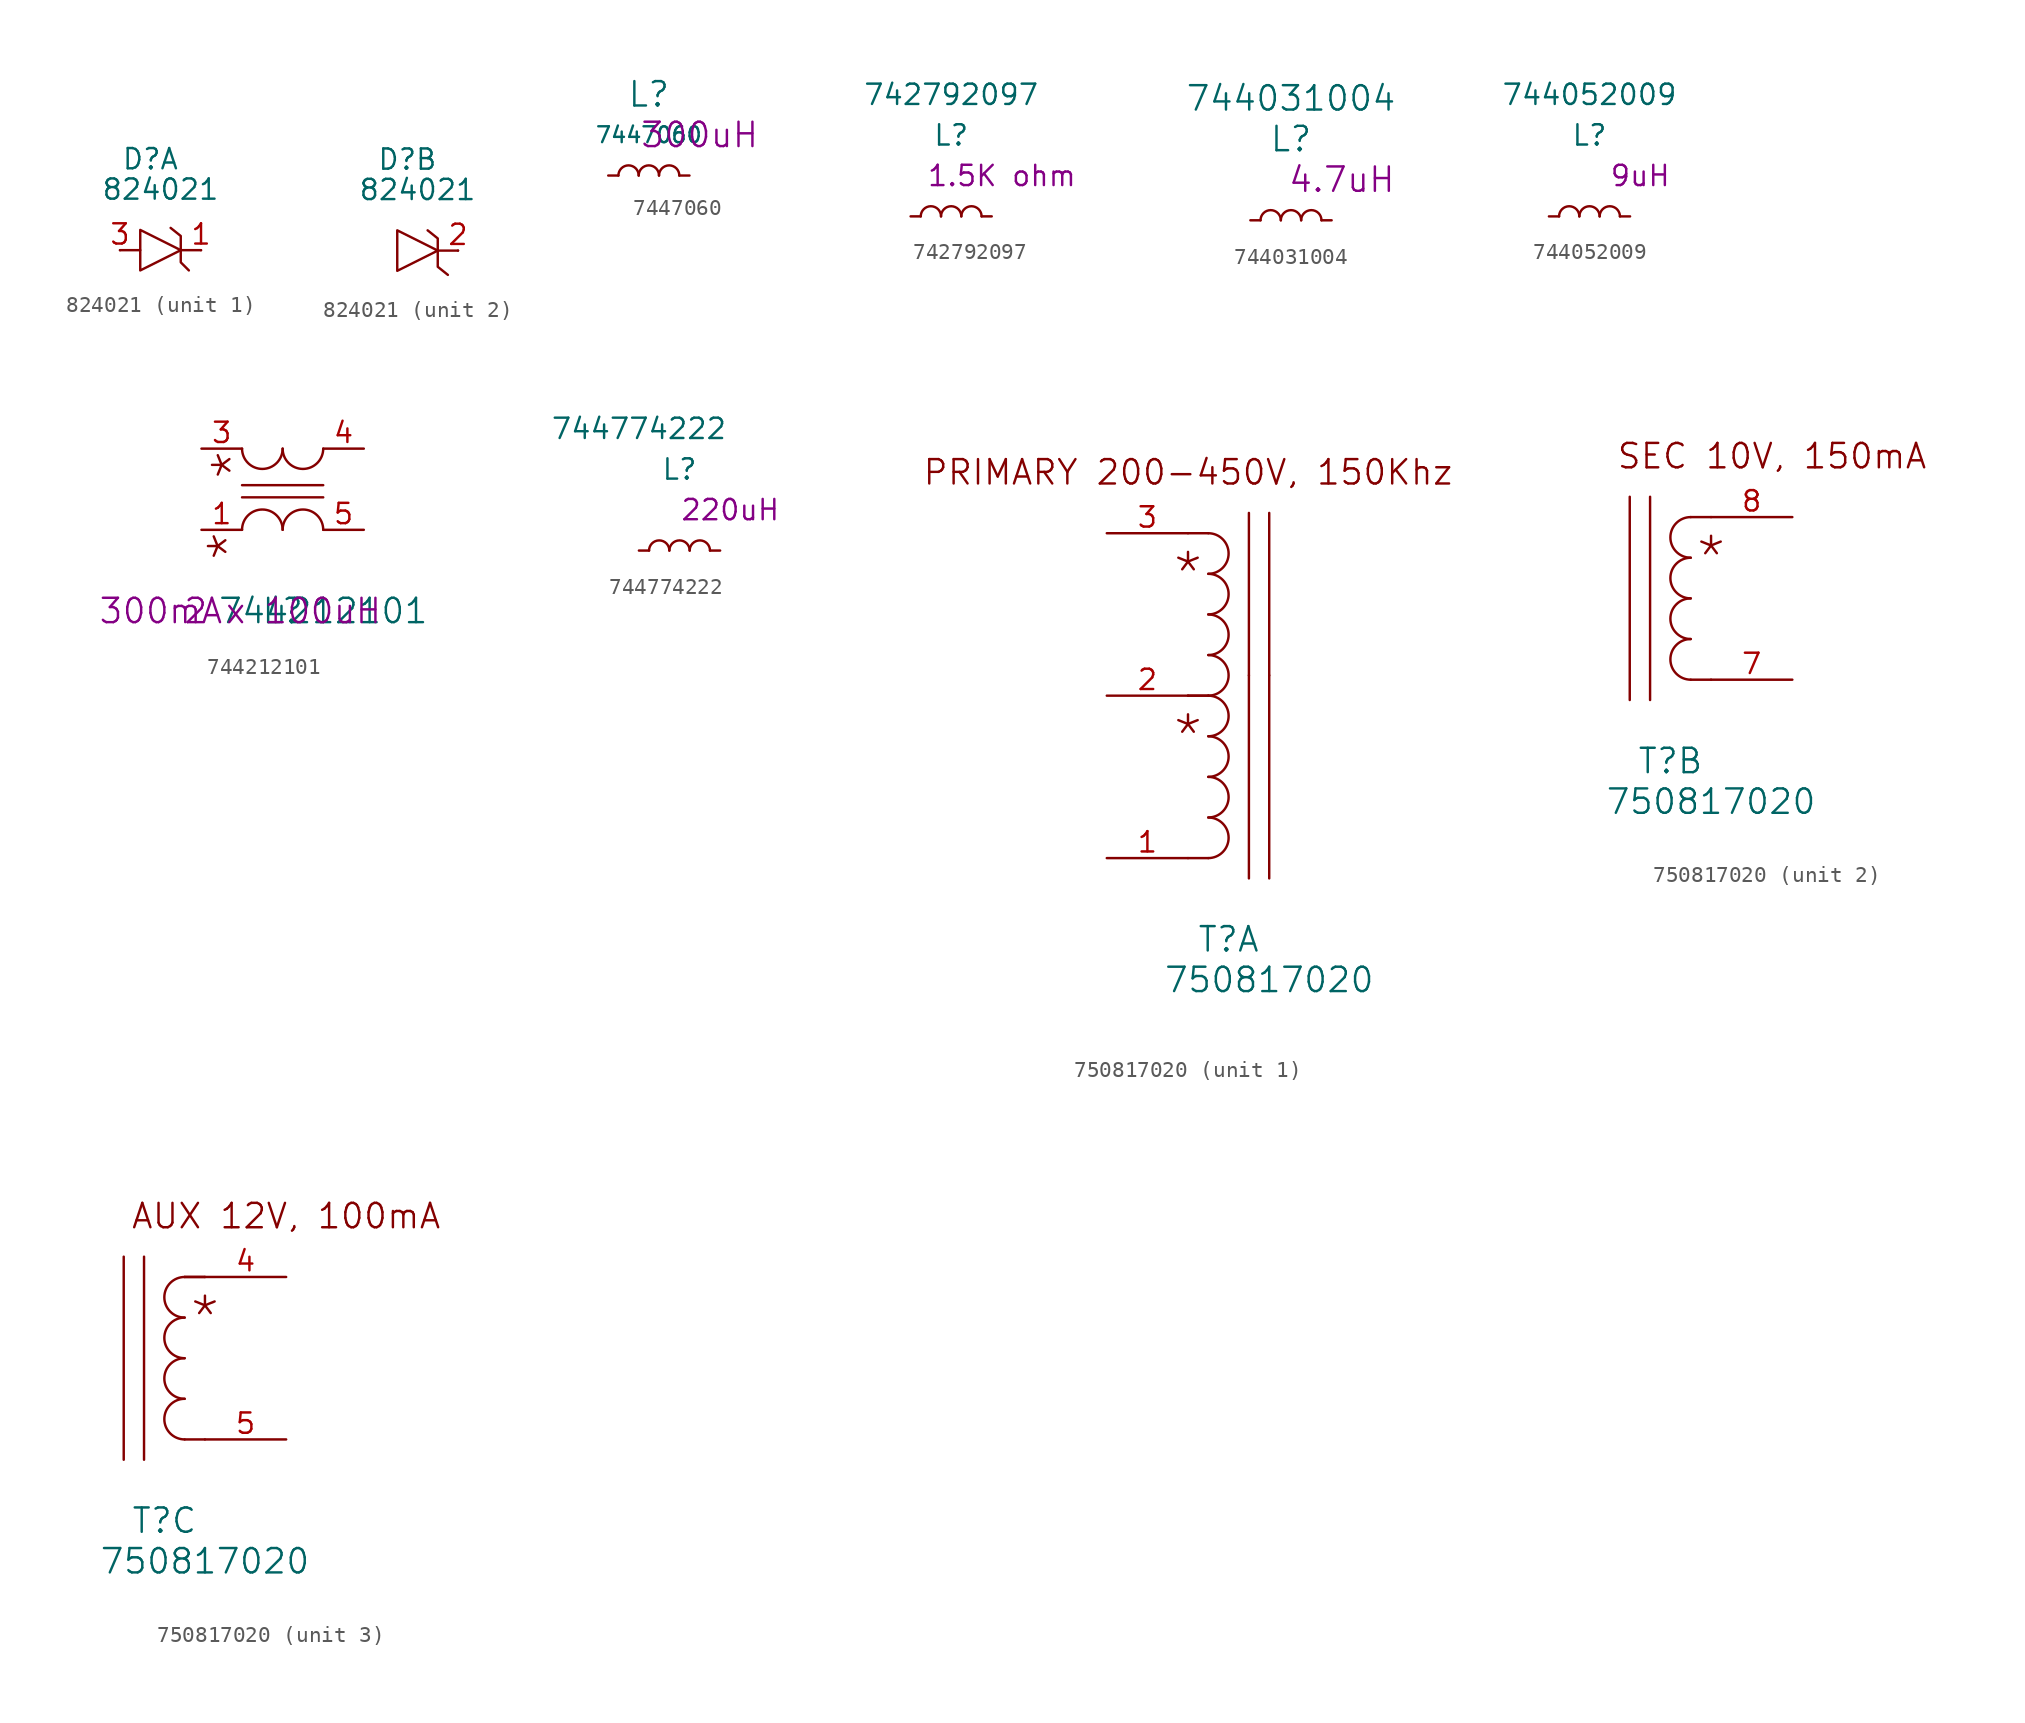
<source format=kicad_sym>
(kicad_symbol_lib
  (version 20220914)
  (generator kicad_symbol_editor)
  (symbol "824021"
    (pin_names
      (offset 1.016) hide)
    (property "Reference" "D"
      (at 1.905 8.255 0)
      (effects (font (size 1.27 1.27))))
    (property "Value" "824021"
      (at 2.54 6.35 0)
      (effects (font (size 1.27 1.27))))
    (property "Datasheet" ""
      (at 0 12.7 0)
      (effects (font (size 1.524 1.524))))
    (property "ki_locked" ""
      (at 0 0 0)
      (effects (font (size 1.27 1.27))))
    (symbol "824021_1_1"
      (polyline (pts (xy 0 2.54) (xy 1.27 2.54)) (stroke (width 0) (type solid)) (fill (type none)))
      (polyline (pts (xy 3.81 2.54) (xy 5.08 2.54)) (stroke (width 0) (type solid)) (fill (type none)))
      (polyline (pts (xy 1.27 3.81) (xy 3.81 2.54) (xy 1.27 1.27) (xy 1.27 3.81)) (stroke (width 0) (type solid)) (fill (type none)))
      (polyline (pts (xy 3.175 3.937) (xy 3.81 3.429) (xy 3.81 1.778) (xy 4.318 1.27)) (stroke (width 0) (type solid)) (fill (type none)))
      (pin passive line (at 5.08 2.54 180) (length 0) (name "D1" (effects (font (size 1.27 1.27)))) (number "1" (effects (font (size 1.27 1.27)))))
      (pin passive line (at 0 2.54 0) (length 0) (name "GND" (effects (font (size 1.27 1.27)))) (number "3" (effects (font (size 1.27 1.27))))))
    (symbol "824021_2_1"
      (polyline (pts (xy 5.08 2.54) (xy 3.81 2.54)) (stroke (width 0) (type solid)) (fill (type none)))
      (polyline (pts (xy 3.175 3.81) (xy 3.81 3.302) (xy 3.81 1.524) (xy 4.445 1.016)) (stroke (width 0) (type solid)) (fill (type none)))
      (polyline (pts (xy 3.81 2.54) (xy 1.27 3.81) (xy 1.27 1.27) (xy 3.81 2.54)) (stroke (width 0) (type solid)) (fill (type none)))
      (pin passive line (at 5.08 2.54 180) (length 0) (name "D1" (effects (font (size 1.27 1.27)))) (number "2" (effects (font (size 1.27 1.27)))))))
  (symbol "7447060"
    (pin_numbers hide)
    (pin_names
      (offset 1.016) hide)
    (property "Reference" "L"
      (at 0 5.08 0)
      (effects (font (size 1.524 1.524))))
    (property "Value" "7447060"
      (at 0 2.54 0)
      (effects (font (size 0.991 0.991))))
    (property "Value2" "300uH"
      (at 3.175 2.54 0)
      (effects (font (size 1.524 1.524))))
    (symbol "7447060_0_1"
      (arc (start -0.635 0) (mid -1.27 0.6323) (end -1.905 0) (stroke (width 0) (type solid)) (fill (type none)))
      (arc (start 0.635 0) (mid 0 0.6323) (end -0.635 0) (stroke (width 0) (type solid)) (fill (type none)))
      (arc (start 1.905 0) (mid 1.27 0.6323) (end 0.635 0) (stroke (width 0) (type solid)) (fill (type none))))
    (symbol "7447060_1_1"
      (pin passive line (at -2.54 0 0) (length 0.635) (name "1" (effects (font (size 1.27 1.27)))) (number "1" (effects (font (size 1.27 1.27)))))
      (pin passive line (at 2.54 0 180) (length 0.635) (name "2" (effects (font (size 1.27 1.27)))) (number "2" (effects (font (size 1.27 1.27)))))))
  (symbol "742792097"
    (pin_numbers hide)
    (pin_names
      (offset 1.016) hide)
    (property "Reference" "L"
      (at 0 5.08 0)
      (effects (font (size 1.27 1.27))))
    (property "Value" "742792097"
      (at 0 7.62 0)
      (effects (font (size 1.27 1.27))))
    (property "Value2" "1.5K ohm"
      (at 3.175 2.54 0)
      (effects (font (size 1.27 1.27))))
    (symbol "742792097_0_1"
      (arc (start -0.635 0) (mid -1.27 0.6323) (end -1.905 0) (stroke (width 0) (type solid)) (fill (type none)))
      (arc (start 0.635 0) (mid 0 0.6323) (end -0.635 0) (stroke (width 0) (type solid)) (fill (type none)))
      (arc (start 1.905 0) (mid 1.27 0.6323) (end 0.635 0) (stroke (width 0) (type solid)) (fill (type none))))
    (symbol "742792097_1_1"
      (pin passive line (at -2.54 0 0) (length 0.635) (name "1" (effects (font (size 1.27 1.27)))) (number "1" (effects (font (size 1.27 1.27)))))
      (pin passive line (at 2.54 0 180) (length 0.635) (name "2" (effects (font (size 1.27 1.27)))) (number "2" (effects (font (size 1.27 1.27)))))))
  (symbol "744031004"
    (pin_numbers hide)
    (pin_names
      (offset 1.016) hide)
    (property "Reference" "L"
      (at 0 5.08 0)
      (effects (font (size 1.524 1.524))))
    (property "Value" "744031004"
      (at 0 7.62 0)
      (effects (font (size 1.524 1.524))))
    (property "Value2" "4.7uH"
      (at 3.175 2.54 0)
      (effects (font (size 1.524 1.524))))
    (symbol "744031004_0_1"
      (arc (start -0.635 0) (mid -1.27 0.6323) (end -1.905 0) (stroke (width 0) (type solid)) (fill (type none)))
      (arc (start 0.635 0) (mid 0 0.6323) (end -0.635 0) (stroke (width 0) (type solid)) (fill (type none)))
      (arc (start 1.905 0) (mid 1.27 0.6323) (end 0.635 0) (stroke (width 0) (type solid)) (fill (type none))))
    (symbol "744031004_1_1"
      (pin passive line (at -2.54 0 0) (length 0.635) (name "1" (effects (font (size 1.27 1.27)))) (number "1" (effects (font (size 1.27 1.27)))))
      (pin passive line (at 2.54 0 180) (length 0.635) (name "2" (effects (font (size 1.27 1.27)))) (number "2" (effects (font (size 1.27 1.27)))))))
  (symbol "744052009"
    (pin_numbers hide)
    (pin_names
      (offset 1.016) hide)
    (property "Reference" "L"
      (at 0 5.08 0)
      (effects (font (size 1.27 1.27))))
    (property "Value" "744052009"
      (at 0 7.62 0)
      (effects (font (size 1.27 1.27))))
    (property "Value2" "9uH"
      (at 3.175 2.54 0)
      (effects (font (size 1.27 1.27))))
    (symbol "744052009_0_1"
      (arc (start -0.635 0) (mid -1.27 0.6323) (end -1.905 0) (stroke (width 0) (type solid)) (fill (type none)))
      (arc (start 0.635 0) (mid 0 0.6323) (end -0.635 0) (stroke (width 0) (type solid)) (fill (type none)))
      (arc (start 1.905 0) (mid 1.27 0.6323) (end 0.635 0) (stroke (width 0) (type solid)) (fill (type none))))
    (symbol "744052009_1_1"
      (pin passive line (at -2.54 0 0) (length 0.635) (name "1" (effects (font (size 1.27 1.27)))) (number "1" (effects (font (size 1.27 1.27)))))
      (pin passive line (at 2.54 0 180) (length 0.635) (name "2" (effects (font (size 1.27 1.27)))) (number "2" (effects (font (size 1.27 1.27)))))))
  (symbol "744212101"
    (pin_names
      (offset 1.016) hide)
    (property "Reference" "L"
      (at 2.54 -5.08 0)
      (effects (font (size 1.524 1.524))))
    (property "Value" "744212101"
      (at 5.08 -5.08 0)
      (effects (font (size 1.524 1.524))))
    (property "Value2" "2 x 100uH"
      (at 2.54 -5.08 0)
      (effects (font (size 1.524 1.524))))
    (property "IR" "300mA"
      (at -5.08 -5.08 0)
      (effects (font (size 1.524 1.524))))
    (symbol "744212101_0_1"
      (polyline (pts (xy 0 2.032) (xy 5.08 2.032)) (stroke (width 0) (type solid)) (fill (type none)))
      (polyline (pts (xy 0 2.794) (xy 5.08 2.794)) (stroke (width 0) (type solid)) (fill (type none))))
    (symbol "744212101_1_1"
      (arc (start 0 5.08) (mid 1.27 3.8155) (end 2.54 5.08) (stroke (width 0) (type solid)) (fill (type none)))
      (arc (start 2.54 0) (mid 1.27 1.2645) (end 0 0) (stroke (width 0) (type solid)) (fill (type none)))
      (arc (start 2.54 5.08) (mid 3.81 3.8155) (end 5.08 5.08) (stroke (width 0) (type solid)) (fill (type none)))
      (arc (start 5.08 0) (mid 3.81 1.2645) (end 2.54 0) (stroke (width 0) (type solid)) (fill (type none)))
      (text "*" (at -0.762 -1.016 900) (effects (font (size 2.54 2.54))))
      (text "*" (at -0.508 4.064 900) (effects (font (size 2.54 2.54))))
      (pin passive line (at -2.54 0 0) (length 2.54) (name "1" (effects (font (size 1.27 1.27)))) (number "1" (effects (font (size 1.27 1.27)))))
      (pin passive line (at -2.54 5.08 0) (length 2.54) (name "3" (effects (font (size 1.27 1.27)))) (number "3" (effects (font (size 1.27 1.27)))))
      (pin passive line (at 7.62 5.08 180) (length 2.54) (name "4" (effects (font (size 1.27 1.27)))) (number "4" (effects (font (size 1.27 1.27)))))
      (pin passive line (at 7.62 0 180) (length 2.54) (name "5" (effects (font (size 1.27 1.27)))) (number "5" (effects (font (size 1.27 1.27)))))))
  (symbol "744774222"
    (pin_numbers hide)
    (pin_names
      (offset 1.016) hide)
    (property "Reference" "L"
      (at 0 5.08 0)
      (effects (font (size 1.27 1.27))))
    (property "Value" "744774222"
      (at -2.54 7.62 0)
      (effects (font (size 1.27 1.27))))
    (property "Value2" "220uH"
      (at 3.175 2.54 0)
      (effects (font (size 1.27 1.27))))
    (symbol "744774222_0_1"
      (arc (start -0.635 0) (mid -1.27 0.6323) (end -1.905 0) (stroke (width 0) (type solid)) (fill (type none)))
      (arc (start 0.635 0) (mid 0 0.6323) (end -0.635 0) (stroke (width 0) (type solid)) (fill (type none)))
      (arc (start 1.905 0) (mid 1.27 0.6323) (end 0.635 0) (stroke (width 0) (type solid)) (fill (type none))))
    (symbol "744774222_1_1"
      (pin passive line (at -2.54 0 0) (length 0.635) (name "1" (effects (font (size 1.27 1.27)))) (number "1" (effects (font (size 1.27 1.27)))))
      (pin passive line (at 2.54 0 180) (length 0.635) (name "2" (effects (font (size 1.27 1.27)))) (number "2" (effects (font (size 1.27 1.27)))))))
  (symbol "750817020"
    (pin_names
      (offset 1.016) hide)
    (property "Reference" "T"
      (at 2.54 -2.54 0)
      (effects (font (size 1.524 1.524))))
    (property "Value" "750817020"
      (at 5.08 -5.08 0)
      (effects (font (size 1.524 1.524))))
    (property "ki_locked" ""
      (at 0 0 0)
      (effects (font (size 1.27 1.27))))
    (symbol "750817020_1_1"
      (polyline (pts (xy 0 2.54) (xy 1.27 2.54)) (stroke (width 0) (type solid)) (fill (type none)))
      (polyline (pts (xy 0 12.7) (xy 1.27 12.7)) (stroke (width 0) (type solid)) (fill (type none)))
      (polyline (pts (xy 0 12.7) (xy 1.27 12.7)) (stroke (width 0) (type solid)) (fill (type none)))
      (polyline (pts (xy 0 22.86) (xy 1.27 22.86)) (stroke (width 0) (type solid)) (fill (type none)))
      (polyline (pts (xy 3.81 13.97) (xy 3.81 1.27)) (stroke (width 0) (type solid)) (fill (type none)))
      (polyline (pts (xy 3.81 24.13) (xy 3.81 13.97)) (stroke (width 0) (type solid)) (fill (type none)))
      (polyline (pts (xy 5.08 13.97) (xy 5.08 1.27)) (stroke (width 0) (type solid)) (fill (type none)))
      (polyline (pts (xy 5.08 24.13) (xy 5.08 13.97)) (stroke (width 0) (type solid)) (fill (type none)))
      (arc (start 1.27 2.54) (mid 2.5345 3.81) (end 1.27 5.08) (stroke (width 0) (type solid)) (fill (type none)))
      (arc (start 1.27 5.08) (mid 2.5345 6.35) (end 1.27 7.62) (stroke (width 0) (type solid)) (fill (type none)))
      (arc (start 1.27 7.62) (mid 2.5345 8.89) (end 1.27 10.16) (stroke (width 0) (type solid)) (fill (type none)))
      (arc (start 1.27 10.16) (mid 2.5345 11.43) (end 1.27 12.7) (stroke (width 0) (type solid)) (fill (type none)))
      (arc (start 1.27 12.7) (mid 2.5345 13.97) (end 1.27 15.24) (stroke (width 0) (type solid)) (fill (type none)))
      (arc (start 1.27 15.24) (mid 2.5345 16.51) (end 1.27 17.78) (stroke (width 0) (type solid)) (fill (type none)))
      (arc (start 1.27 17.78) (mid 2.5345 19.05) (end 1.27 20.32) (stroke (width 0) (type solid)) (fill (type none)))
      (arc (start 1.27 20.32) (mid 2.5345 21.59) (end 1.27 22.86) (stroke (width 0) (type solid)) (fill (type none)))
      (text "*" (at 0 10.16 0) (effects (font (size 2.54 2.54))))
      (text "*" (at 0 20.32 0) (effects (font (size 2.54 2.54))))
      (text "PRIMARY 200-450V, 150Khz" (at 0 26.67 0) (effects (font (size 1.524 1.524))))
      (pin passive line (at -5.08 2.54 0) (length 5.08) (name "1" (effects (font (size 1.27 1.27)))) (number "1" (effects (font (size 1.27 1.27)))))
      (pin passive line (at -5.08 12.7 0) (length 5.08) (name "2" (effects (font (size 1.27 1.27)))) (number "2" (effects (font (size 1.27 1.27)))))
      (pin passive line (at -5.08 22.86 0) (length 5.08) (name "3" (effects (font (size 1.27 1.27)))) (number "3" (effects (font (size 1.27 1.27))))))
    (symbol "750817020_2_1"
      (polyline (pts (xy 0 13.97) (xy 0 1.27)) (stroke (width 0) (type solid)) (fill (type none)))
      (polyline (pts (xy 1.27 1.27) (xy 1.27 13.97)) (stroke (width 0) (type solid)) (fill (type none)))
      (polyline (pts (xy 5.08 2.54) (xy 3.81 2.54)) (stroke (width 0) (type solid)) (fill (type none)))
      (polyline (pts (xy 5.08 12.7) (xy 3.81 12.7)) (stroke (width 0) (type solid)) (fill (type none)))
      (arc (start 3.81 5.08) (mid 2.5455 3.81) (end 3.81 2.54) (stroke (width 0) (type solid)) (fill (type none)))
      (arc (start 3.81 7.62) (mid 2.5455 6.35) (end 3.81 5.08) (stroke (width 0) (type solid)) (fill (type none)))
      (arc (start 3.81 10.16) (mid 2.5455 8.89) (end 3.81 7.62) (stroke (width 0) (type solid)) (fill (type none)))
      (arc (start 3.81 12.7) (mid 2.5455 11.43) (end 3.81 10.16) (stroke (width 0) (type solid)) (fill (type none)))
      (text "*" (at 5.08 10.16 0) (effects (font (size 2.54 2.54))))
      (text "SEC 10V, 150mA" (at 8.89 16.51 0) (effects (font (size 1.524 1.524))))
      (pin passive line (at 10.16 2.54 180) (length 5.08) (name "7" (effects (font (size 1.27 1.27)))) (number "7" (effects (font (size 1.27 1.27)))))
      (pin passive line (at 10.16 12.7 180) (length 5.08) (name "8" (effects (font (size 1.27 1.27)))) (number "8" (effects (font (size 1.27 1.27))))))
    (symbol "750817020_3_1"
      (polyline (pts (xy 0 13.97) (xy 0 1.27)) (stroke (width 0) (type solid)) (fill (type none)))
      (polyline (pts (xy 1.27 13.97) (xy 1.27 1.27)) (stroke (width 0) (type solid)) (fill (type none)))
      (polyline (pts (xy 5.08 2.54) (xy 3.81 2.54)) (stroke (width 0) (type solid)) (fill (type none)))
      (polyline (pts (xy 5.08 12.7) (xy 3.81 12.7)) (stroke (width 0) (type solid)) (fill (type none)))
      (polyline (pts (xy 5.08 12.7) (xy 3.81 12.7)) (stroke (width 0) (type solid)) (fill (type none)))
      (arc (start 3.81 5.08) (mid 2.5455 3.81) (end 3.81 2.54) (stroke (width 0) (type solid)) (fill (type none)))
      (arc (start 3.81 7.62) (mid 2.5455 6.35) (end 3.81 5.08) (stroke (width 0) (type solid)) (fill (type none)))
      (arc (start 3.81 10.16) (mid 2.5455 8.89) (end 3.81 7.62) (stroke (width 0) (type solid)) (fill (type none)))
      (arc (start 3.81 12.7) (mid 2.5455 11.43) (end 3.81 10.16) (stroke (width 0) (type solid)) (fill (type none)))
      (text "*" (at 5.08 10.16 0) (effects (font (size 2.54 2.54))))
      (text "AUX 12V, 100mA" (at 10.16 16.51 0) (effects (font (size 1.524 1.524))))
      (pin passive line (at 10.16 12.7 180) (length 5.08) (name "4" (effects (font (size 1.27 1.27)))) (number "4" (effects (font (size 1.27 1.27)))))
      (pin passive line (at 10.16 2.54 180) (length 5.08) (name "5" (effects (font (size 1.27 1.27)))) (number "5" (effects (font (size 1.27 1.27))))))))
</source>
